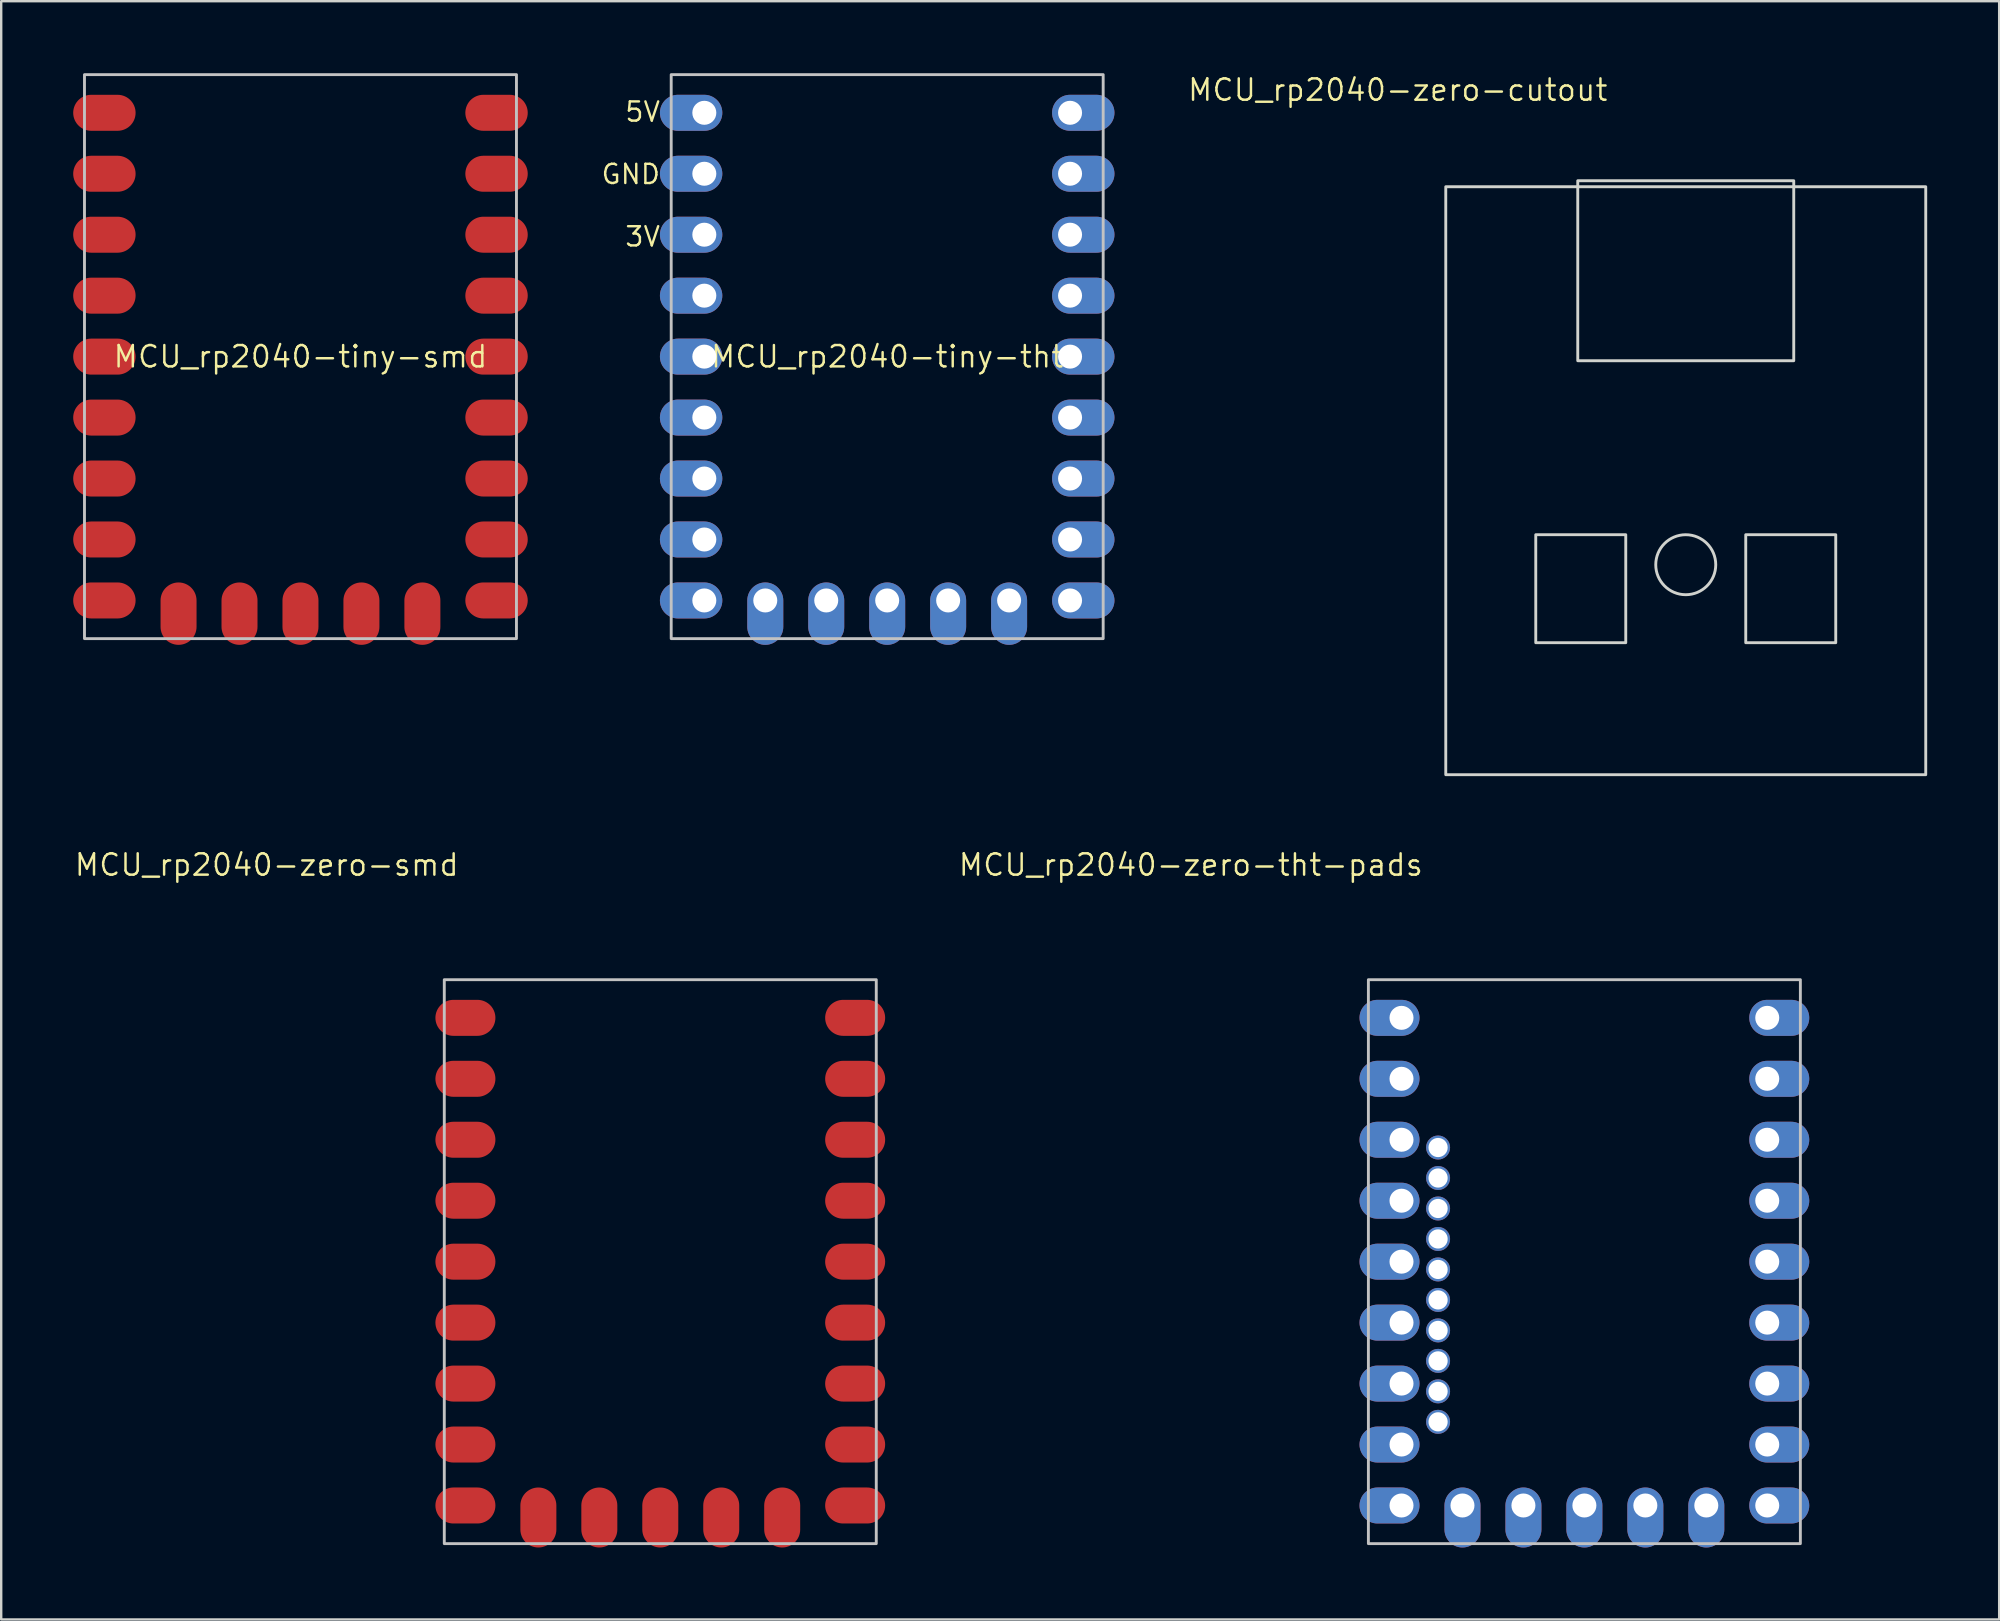
<source format=kicad_pcb>
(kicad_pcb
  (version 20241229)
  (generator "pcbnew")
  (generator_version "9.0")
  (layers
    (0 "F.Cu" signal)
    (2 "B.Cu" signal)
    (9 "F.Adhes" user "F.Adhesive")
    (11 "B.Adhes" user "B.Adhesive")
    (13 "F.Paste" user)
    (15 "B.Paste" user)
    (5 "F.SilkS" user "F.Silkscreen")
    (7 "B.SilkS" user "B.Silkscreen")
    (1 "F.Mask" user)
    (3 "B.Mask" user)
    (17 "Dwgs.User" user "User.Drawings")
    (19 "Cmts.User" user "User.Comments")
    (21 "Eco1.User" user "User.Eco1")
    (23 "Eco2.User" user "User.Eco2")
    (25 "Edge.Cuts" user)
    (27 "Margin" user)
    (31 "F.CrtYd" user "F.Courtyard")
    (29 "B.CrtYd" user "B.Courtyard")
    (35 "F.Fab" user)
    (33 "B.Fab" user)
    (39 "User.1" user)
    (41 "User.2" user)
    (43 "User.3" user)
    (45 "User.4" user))
  (footprint "MCU_rp2040-zero-tht-pads"
    (layer "F.Cu")
    (at 62.969 49.522)
    (property "Reference" "MCU_rp2040-zero-tht-pads" (at -16.399 -16.533 0) (layer "F.SilkS") (effects (font (size 0.889 0.889) (thickness 0.102))))
    (attr through_hole exclude_from_pos_files)
    (fp_rect (start -9 -11.75) (end 9 11.75) (stroke (width 0.12) (type solid)) (fill no) (layer "Dwgs.User"))
    (fp_line (start -5.334 -11.75) (end -5.334 9.25) (stroke (width 0.12) (type solid)) (layer "Eco1.User"))
    (fp_line (start -5.334 9.25) (end 6 9.25) (stroke (width 0.12) (type solid)) (layer "Eco1.User"))
    (fp_line (start 6 9.25) (end 6 -11.75) (stroke (width 0.12) (type solid)) (layer "Eco1.User"))
    (pad "1" thru_hole oval (at 7.62 -10.16 180) (size 2.5 1.5) (drill 1 (offset -0.5 0)) (layers "*.Cu" "*.Mask"))
    (pad "2" thru_hole oval (at 7.62 -7.62 180) (size 2.5 1.5) (drill 1 (offset -0.5 0)) (layers "*.Cu" "*.Mask"))
    (pad "3" thru_hole oval (at 7.62 -5.08 180) (size 2.5 1.5) (drill 1 (offset -0.5 0)) (layers "*.Cu" "*.Mask"))
    (pad "4" thru_hole oval (at 7.62 -2.54 180) (size 2.5 1.5) (drill 1 (offset -0.5 0)) (layers "*.Cu" "*.Mask"))
    (pad "5" thru_hole oval (at 7.62 0 180) (size 2.5 1.5) (drill 1 (offset -0.5 0)) (layers "*.Cu" "*.Mask"))
    (pad "6" thru_hole oval (at 7.62 2.54 180) (size 2.5 1.5) (drill 1 (offset -0.5 0)) (layers "*.Cu" "*.Mask"))
    (pad "7" thru_hole oval (at 7.62 5.08 180) (size 2.5 1.5) (drill 1 (offset -0.5 0)) (layers "*.Cu" "*.Mask"))
    (pad "8" thru_hole oval (at 7.62 7.62 180) (size 2.5 1.5) (drill 1 (offset -0.5 0)) (layers "*.Cu" "*.Mask"))
    (pad "9" thru_hole oval (at 7.62 10.16 180) (size 2.5 1.5) (drill 1 (offset -0.5 0)) (layers "*.Cu" "*.Mask"))
    (pad "10" thru_hole oval (at 5.08 10.16 90) (size 2.5 1.5) (drill 1 (offset -0.5 0)) (layers "*.Cu" "*.Mask"))
    (pad "11" thru_hole oval (at 2.54 10.16 90) (size 2.5 1.5) (drill 1 (offset -0.5 0)) (layers "*.Cu" "*.Mask"))
    (pad "12" thru_hole oval (at 0 10.16 90) (size 2.5 1.5) (drill 1 (offset -0.5 0)) (layers "*.Cu" "*.Mask"))
    (pad "13" thru_hole oval (at -2.54 10.16 90) (size 2.5 1.5) (drill 1 (offset -0.5 0)) (layers "*.Cu" "*.Mask"))
    (pad "14" thru_hole oval (at -5.08 10.16 90) (size 2.5 1.5) (drill 1 (offset -0.5 0)) (layers "*.Cu" "*.Mask"))
    (pad "15" thru_hole oval (at -7.62 10.16) (size 2.5 1.5) (drill 1 (offset -0.5 0)) (layers "*.Cu" "*.Mask"))
    (pad "16" thru_hole oval (at -7.62 7.62) (size 2.5 1.5) (drill 1 (offset -0.5 0)) (layers "*.Cu" "*.Mask"))
    (pad "17" thru_hole oval (at -7.62 5.08) (size 2.5 1.5) (drill 1 (offset -0.5 0)) (layers "*.Cu" "*.Mask"))
    (pad "18" thru_hole oval (at -7.62 2.54) (size 2.5 1.5) (drill 1 (offset -0.5 0)) (layers "*.Cu" "*.Mask"))
    (pad "19" thru_hole oval (at -7.62 0) (size 2.5 1.5) (drill 1 (offset -0.5 0)) (layers "*.Cu" "*.Mask"))
    (pad "20" thru_hole oval (at -7.62 -2.54) (size 2.5 1.5) (drill 1 (offset -0.5 0)) (layers "*.Cu" "*.Mask"))
    (pad "21" thru_hole oval (at -7.62 -5.08) (size 2.5 1.5) (drill 1 (offset -0.5 0)) (layers "*.Cu" "*.Mask"))
    (pad "22" thru_hole oval (at -7.62 -7.62) (size 2.5 1.5) (drill 1 (offset -0.5 0)) (layers "*.Cu" "*.Mask"))
    (pad "23" thru_hole oval (at -7.62 -10.16) (size 2.5 1.5) (drill 1 (offset -0.5 0)) (layers "*.Cu" "*.Mask"))
    (pad "24" thru_hole circle (at -6.096 6.674) (size 1 1) (drill 0.8) (layers "*.Cu" "*.Mask"))
    (pad "25" thru_hole circle (at -6.096 5.404) (size 1 1) (drill 0.8) (layers "*.Cu" "*.Mask"))
    (pad "26" thru_hole circle (at -6.096 4.134) (size 1 1) (drill 0.8) (layers "*.Cu" "*.Mask"))
    (pad "27" thru_hole circle (at -6.096 2.864) (size 1 1) (drill 0.8) (layers "*.Cu" "*.Mask"))
    (pad "28" thru_hole circle (at -6.096 1.594) (size 1 1) (drill 0.8) (layers "*.Cu" "*.Mask"))
    (pad "29" thru_hole circle (at -6.096 0.324) (size 1 1) (drill 0.8) (layers "*.Cu" "*.Mask"))
    (pad "30" thru_hole circle (at -6.096 -0.946) (size 1 1) (drill 0.8) (layers "*.Cu" "*.Mask"))
    (pad "31" thru_hole circle (at -6.096 -2.216) (size 1 1) (drill 0.8) (layers "*.Cu" "*.Mask"))
    (pad "32" thru_hole circle (at -6.096 -3.486) (size 1 1) (drill 0.8) (layers "*.Cu" "*.Mask"))
    (pad "33" thru_hole circle (at -6.096 -4.756) (size 1 1) (drill 0.8) (layers "*.Cu" "*.Mask")))
  (footprint "MCU_rp2040-tiny-tht"
    (layer "F.Cu")
    (at 33.918 11.81)
    (property "Reference" "MCU_rp2040-tiny-tht" (at 0 0 0) (layer "F.SilkS") (effects (font (size 0.889 0.889) (thickness 0.102))))
    (attr through_hole exclude_from_pos_files)
    (fp_rect (start -9 -11.75) (end 9 11.75) (stroke (width 0.12) (type solid)) (fill no) (layer "Dwgs.User"))
    (fp_text user "3V" (at -9.4 -5 0) (unlocked yes) (layer "F.SilkS") (effects (font (size 0.8 0.8) (thickness 0.1)) (justify right)))
    (fp_text user "GND" (at -9.4 -7.6 0) (unlocked yes) (layer "F.SilkS") (effects (font (size 0.8 0.8) (thickness 0.1)) (justify right)))
    (fp_text user "5V" (at -9.4 -10.2 0) (unlocked yes) (layer "F.SilkS") (effects (font (size 0.8 0.8) (thickness 0.1)) (justify right)))
    (pad "1" thru_hole oval (at 7.62 -10.16 180) (size 2.6 1.5) (drill 1 (offset -0.55 0)) (layers "*.Cu" "*.Mask"))
    (pad "2" thru_hole oval (at 7.62 -7.62 180) (size 2.6 1.5) (drill 1 (offset -0.55 0)) (layers "*.Cu" "*.Mask"))
    (pad "3" thru_hole oval (at 7.62 -5.08 180) (size 2.6 1.5) (drill 1 (offset -0.55 0)) (layers "*.Cu" "*.Mask"))
    (pad "4" thru_hole oval (at 7.62 -2.54 180) (size 2.6 1.5) (drill 1 (offset -0.55 0)) (layers "*.Cu" "*.Mask"))
    (pad "5" thru_hole oval (at 7.62 0 180) (size 2.6 1.5) (drill 1 (offset -0.55 0)) (layers "*.Cu" "*.Mask"))
    (pad "6" thru_hole oval (at 7.62 2.54 180) (size 2.6 1.5) (drill 1 (offset -0.55 0)) (layers "*.Cu" "*.Mask"))
    (pad "7" thru_hole oval (at 7.62 5.08 180) (size 2.6 1.5) (drill 1 (offset -0.55 0)) (layers "*.Cu" "*.Mask"))
    (pad "8" thru_hole oval (at 7.62 7.62 180) (size 2.6 1.5) (drill 1 (offset -0.55 0)) (layers "*.Cu" "*.Mask"))
    (pad "9" thru_hole oval (at 7.62 10.16 180) (size 2.6 1.5) (drill 1 (offset -0.55 0)) (layers "*.Cu" "*.Mask"))
    (pad "10" thru_hole oval (at 5.08 10.16 90) (size 2.6 1.5) (drill 1 (offset -0.55 0)) (layers "*.Cu" "*.Mask"))
    (pad "11" thru_hole oval (at 2.54 10.16 90) (size 2.6 1.5) (drill 1 (offset -0.55 0)) (layers "*.Cu" "*.Mask"))
    (pad "12" thru_hole oval (at 0 10.16 90) (size 2.6 1.5) (drill 1 (offset -0.55 0)) (layers "*.Cu" "*.Mask"))
    (pad "13" thru_hole oval (at -2.54 10.16 90) (size 2.6 1.5) (drill 1 (offset -0.55 0)) (layers "*.Cu" "*.Mask"))
    (pad "14" thru_hole oval (at -5.08 10.16 90) (size 2.6 1.5) (drill 1 (offset -0.55 0)) (layers "*.Cu" "*.Mask"))
    (pad "15" thru_hole oval (at -7.62 10.16) (size 2.6 1.5) (drill 1 (offset -0.55 0)) (layers "*.Cu" "*.Mask"))
    (pad "16" thru_hole oval (at -7.62 7.62) (size 2.6 1.5) (drill 1 (offset -0.55 0)) (layers "*.Cu" "*.Mask"))
    (pad "17" thru_hole oval (at -7.62 5.08) (size 2.6 1.5) (drill 1 (offset -0.55 0)) (layers "*.Cu" "*.Mask"))
    (pad "18" thru_hole oval (at -7.62 2.54) (size 2.6 1.5) (drill 1 (offset -0.55 0)) (layers "*.Cu" "*.Mask"))
    (pad "19" thru_hole oval (at -7.62 0) (size 2.6 1.5) (drill 1 (offset -0.55 0)) (layers "*.Cu" "*.Mask"))
    (pad "20" thru_hole oval (at -7.62 -2.54) (size 2.6 1.5) (drill 1 (offset -0.55 0)) (layers "*.Cu" "*.Mask"))
    (pad "21" thru_hole oval (at -7.62 -5.08) (size 2.6 1.5) (drill 1 (offset -0.55 0)) (layers "*.Cu" "*.Mask"))
    (pad "22" thru_hole oval (at -7.62 -7.62) (size 2.6 1.5) (drill 1 (offset -0.55 0)) (layers "*.Cu" "*.Mask"))
    (pad "23" thru_hole oval (at -7.62 -10.16) (size 2.6 1.5) (drill 1 (offset -0.55 0)) (layers "*.Cu" "*.Mask")))
  (footprint "MCU_rp2040-zero-smd"
    (layer "F.Cu")
    (at 24.463 49.522)
    (property "Reference" "MCU_rp2040-zero-smd" (at -16.399 -16.533 0) (layer "F.SilkS") (effects (font (size 0.889 0.889) (thickness 0.102))))
    (attr smd exclude_from_pos_files)
    (fp_rect (start -9 -11.75) (end 9 11.75) (stroke (width 0.12) (type solid)) (fill no) (layer "Dwgs.User"))
    (fp_line (start -6 -11.75) (end -6 9.25) (stroke (width 0.12) (type solid)) (layer "Eco1.User"))
    (fp_line (start -6 9.25) (end 6 9.25) (stroke (width 0.12) (type solid)) (layer "Eco1.User"))
    (fp_line (start 6 9.25) (end 6 -11.75) (stroke (width 0.12) (type solid)) (layer "Eco1.User"))
    (pad "1" smd oval (at 7.62 -10.16 180) (size 2.5 1.5) (drill (offset -0.5 0)) (layers "F.Cu" "F.Mask" "F.Paste"))
    (pad "2" smd oval (at 7.62 -7.62 180) (size 2.5 1.5) (drill (offset -0.5 0)) (layers "F.Cu" "F.Mask" "F.Paste"))
    (pad "3" smd oval (at 7.62 -5.08 180) (size 2.5 1.5) (drill (offset -0.5 0)) (layers "F.Cu" "F.Mask" "F.Paste"))
    (pad "4" smd oval (at 7.62 -2.54 180) (size 2.5 1.5) (drill (offset -0.5 0)) (layers "F.Cu" "F.Mask" "F.Paste"))
    (pad "5" smd oval (at 7.62 0 180) (size 2.5 1.5) (drill (offset -0.5 0)) (layers "F.Cu" "F.Mask" "F.Paste"))
    (pad "6" smd oval (at 7.62 2.54 180) (size 2.5 1.5) (drill (offset -0.5 0)) (layers "F.Cu" "F.Mask" "F.Paste"))
    (pad "7" smd oval (at 7.62 5.08 180) (size 2.5 1.5) (drill (offset -0.5 0)) (layers "F.Cu" "F.Mask" "F.Paste"))
    (pad "8" smd oval (at 7.62 7.62 180) (size 2.5 1.5) (drill (offset -0.5 0)) (layers "F.Cu" "F.Mask" "F.Paste"))
    (pad "9" smd oval (at 7.62 10.16 180) (size 2.5 1.5) (drill (offset -0.5 0)) (layers "F.Cu" "F.Mask" "F.Paste"))
    (pad "10" smd oval (at 5.08 10.16 90) (size 2.5 1.5) (drill (offset -0.5 0)) (layers "F.Cu" "F.Mask" "F.Paste"))
    (pad "11" smd oval (at 2.54 10.16 90) (size 2.5 1.5) (drill (offset -0.5 0)) (layers "F.Cu" "F.Mask" "F.Paste"))
    (pad "12" smd oval (at 0 10.16 90) (size 2.5 1.5) (drill (offset -0.5 0)) (layers "F.Cu" "F.Mask" "F.Paste"))
    (pad "13" smd oval (at -2.54 10.16 90) (size 2.5 1.5) (drill (offset -0.5 0)) (layers "F.Cu" "F.Mask" "F.Paste"))
    (pad "14" smd oval (at -5.08 10.16 90) (size 2.5 1.5) (drill (offset -0.5 0)) (layers "F.Cu" "F.Mask" "F.Paste"))
    (pad "15" smd oval (at -7.62 10.16) (size 2.5 1.5) (drill (offset -0.5 0)) (layers "F.Cu" "F.Mask" "F.Paste"))
    (pad "16" smd oval (at -7.62 7.62) (size 2.5 1.5) (drill (offset -0.5 0)) (layers "F.Cu" "F.Mask" "F.Paste"))
    (pad "17" smd oval (at -7.62 5.08) (size 2.5 1.5) (drill (offset -0.5 0)) (layers "F.Cu" "F.Mask" "F.Paste"))
    (pad "18" smd oval (at -7.62 2.54) (size 2.5 1.5) (drill (offset -0.5 0)) (layers "F.Cu" "F.Mask" "F.Paste"))
    (pad "19" smd oval (at -7.62 0) (size 2.5 1.5) (drill (offset -0.5 0)) (layers "F.Cu" "F.Mask" "F.Paste"))
    (pad "20" smd oval (at -7.62 -2.54) (size 2.5 1.5) (drill (offset -0.5 0)) (layers "F.Cu" "F.Mask" "F.Paste"))
    (pad "21" smd oval (at -7.62 -5.08) (size 2.5 1.5) (drill (offset -0.5 0)) (layers "F.Cu" "F.Mask" "F.Paste"))
    (pad "22" smd oval (at -7.62 -7.62) (size 2.5 1.5) (drill (offset -0.5 0)) (layers "F.Cu" "F.Mask" "F.Paste"))
    (pad "23" smd oval (at -7.62 -10.16) (size 2.5 1.5) (drill (offset -0.5 0)) (layers "F.Cu" "F.Mask" "F.Paste")))
  (footprint "MCU_rp2040-zero-cutout"
    (layer "F.Cu")
    (at 67.193 17.231)
    (property "Reference" "MCU_rp2040-zero-cutout" (at -12 -16.533 0) (layer "F.SilkS") (effects (font (size 0.889 0.889) (thickness 0.102))))
    (attr smd exclude_from_pos_files)
    (fp_rect (start -10 -12.5) (end 10 12) (stroke (width 0.12) (type solid)) (fill no) (layer "Edge.Cuts"))
    (fp_rect (start -6.25 2) (end -2.5 6.5) (stroke (width 0.12) (type solid)) (fill no) (layer "Edge.Cuts"))
    (fp_rect (start -4.5 -5.25) (end 4.5 -12.75) (stroke (width 0.12) (type solid)) (fill no) (layer "Edge.Cuts"))
    (fp_rect (start 6.25 2) (end 2.5 6.5) (stroke (width 0.12) (type solid)) (fill no) (layer "Edge.Cuts"))
    (fp_circle (center 0 3.25) (end 1.25 3.25) (stroke (width 0.12) (type solid)) (fill no) (layer "Edge.Cuts")))
  (footprint "MCU_rp2040-tiny-smd"
    (layer "F.Cu")
    (at 9.47 11.81)
    (property "Reference" "MCU_rp2040-tiny-smd" (at 0 0 0) (layer "F.SilkS") (effects (font (size 0.889 0.889) (thickness 0.102))))
    (attr smd exclude_from_pos_files)
    (fp_rect (start -9 -11.75) (end 9 11.75) (stroke (width 0.12) (type solid)) (fill no) (layer "Dwgs.User"))
    (pad "1" smd oval (at 7.62 -10.16 180) (size 2.6 1.5) (drill (offset -0.55 0)) (layers "F.Cu" "F.Mask" "F.Paste"))
    (pad "2" smd oval (at 7.62 -7.62 180) (size 2.6 1.5) (drill (offset -0.55 0)) (layers "F.Cu" "F.Mask" "F.Paste"))
    (pad "3" smd oval (at 7.62 -5.08 180) (size 2.6 1.5) (drill (offset -0.55 0)) (layers "F.Cu" "F.Mask" "F.Paste"))
    (pad "4" smd oval (at 7.62 -2.54 180) (size 2.6 1.5) (drill (offset -0.55 0)) (layers "F.Cu" "F.Mask" "F.Paste"))
    (pad "5" smd oval (at 7.62 0 180) (size 2.6 1.5) (drill (offset -0.55 0)) (layers "F.Cu" "F.Mask" "F.Paste"))
    (pad "6" smd oval (at 7.62 2.54 180) (size 2.6 1.5) (drill (offset -0.55 0)) (layers "F.Cu" "F.Mask" "F.Paste"))
    (pad "7" smd oval (at 7.62 5.08 180) (size 2.6 1.5) (drill (offset -0.55 0)) (layers "F.Cu" "F.Mask" "F.Paste"))
    (pad "8" smd oval (at 7.62 7.62 180) (size 2.6 1.5) (drill (offset -0.55 0)) (layers "F.Cu" "F.Mask" "F.Paste"))
    (pad "9" smd oval (at 7.62 10.16 180) (size 2.6 1.5) (drill (offset -0.55 0)) (layers "F.Cu" "F.Mask" "F.Paste"))
    (pad "10" smd oval (at 5.08 10.16 90) (size 2.6 1.5) (drill (offset -0.55 0)) (layers "F.Cu" "F.Mask" "F.Paste"))
    (pad "11" smd oval (at 2.54 10.16 90) (size 2.6 1.5) (drill (offset -0.55 0)) (layers "F.Cu" "F.Mask" "F.Paste"))
    (pad "12" smd oval (at 0 10.16 90) (size 2.6 1.5) (drill (offset -0.55 0)) (layers "F.Cu" "F.Mask" "F.Paste"))
    (pad "13" smd oval (at -2.54 10.16 90) (size 2.6 1.5) (drill (offset -0.55 0)) (layers "F.Cu" "F.Mask" "F.Paste"))
    (pad "14" smd oval (at -5.08 10.16 90) (size 2.6 1.5) (drill (offset -0.55 0)) (layers "F.Cu" "F.Mask" "F.Paste"))
    (pad "15" smd oval (at -7.62 10.16) (size 2.6 1.5) (drill (offset -0.55 0)) (layers "F.Cu" "F.Mask" "F.Paste"))
    (pad "16" smd oval (at -7.62 7.62) (size 2.6 1.5) (drill (offset -0.55 0)) (layers "F.Cu" "F.Mask" "F.Paste"))
    (pad "17" smd oval (at -7.62 5.08) (size 2.6 1.5) (drill (offset -0.55 0)) (layers "F.Cu" "F.Mask" "F.Paste"))
    (pad "18" smd oval (at -7.62 2.54) (size 2.6 1.5) (drill (offset -0.55 0)) (layers "F.Cu" "F.Mask" "F.Paste"))
    (pad "19" smd oval (at -7.62 0) (size 2.6 1.5) (drill (offset -0.55 0)) (layers "F.Cu" "F.Mask" "F.Paste"))
    (pad "20" smd oval (at -7.62 -2.54) (size 2.6 1.5) (drill (offset -0.55 0)) (layers "F.Cu" "F.Mask" "F.Paste"))
    (pad "21" smd oval (at -7.62 -5.08) (size 2.6 1.5) (drill (offset -0.55 0)) (layers "F.Cu" "F.Mask" "F.Paste"))
    (pad "22" smd oval (at -7.62 -7.62) (size 2.6 1.5) (drill (offset -0.55 0)) (layers "F.Cu" "F.Mask" "F.Paste"))
    (pad "23" smd oval (at -7.62 -10.16) (size 2.6 1.5) (drill (offset -0.55 0)) (layers "F.Cu" "F.Mask" "F.Paste")))
  (gr_rect
    (start -3 -3)
    (end 80.253 64.432)
    (stroke (width 0.1) (type default))
    (fill no)
    (layer "Edge.Cuts")))
</source>
